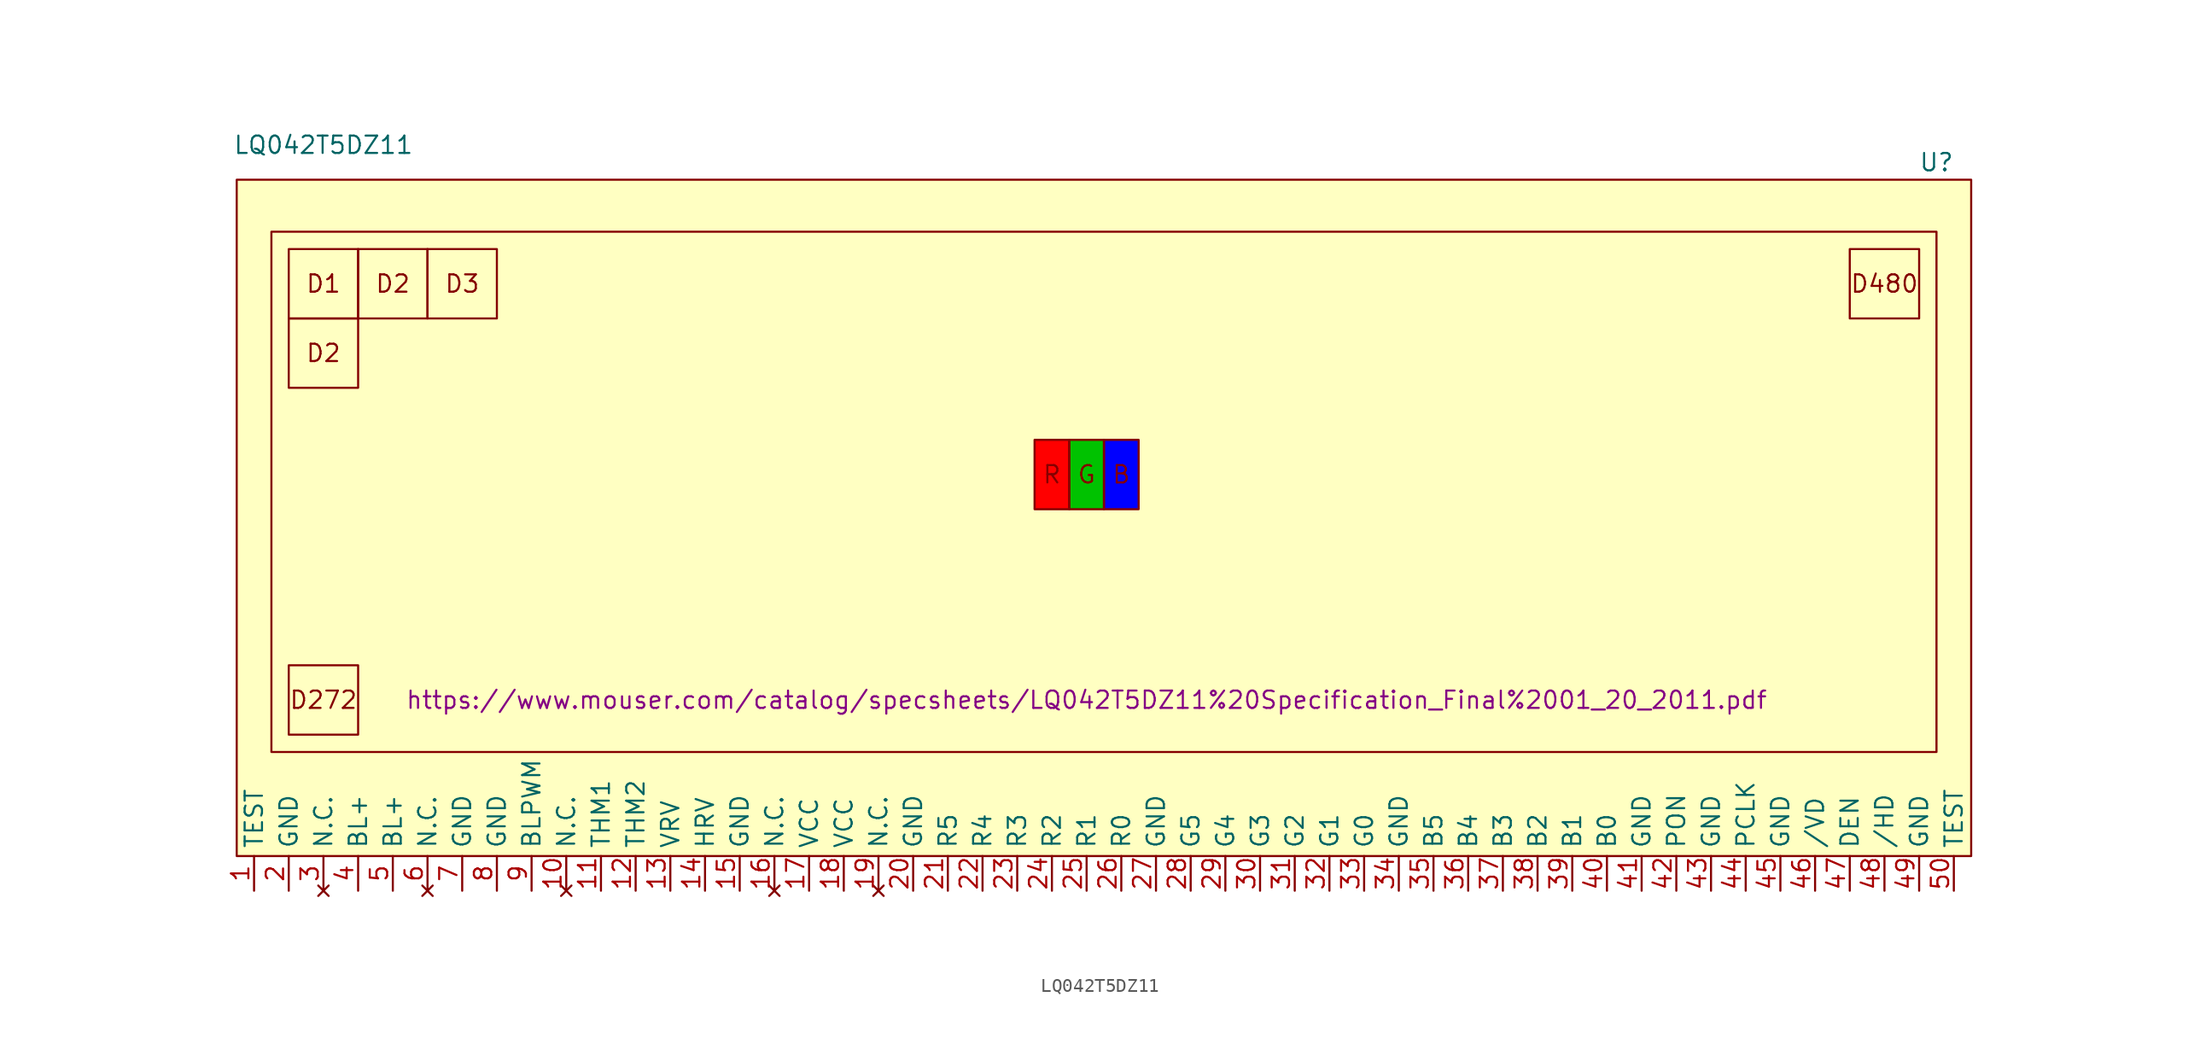
<source format=kicad_sym>
(kicad_symbol_lib
  (version 20220914)
  (generator kicad_symbol_editor)
  (symbol "LQ042T5DZ11"
    (property "Reference" "U"
      (at 62.23 24.13 0)
      (effects (font (size 1.27 1.27))))
    (property "Value" "LQ042T5DZ11"
      (at -55.88 25.4 0)
      (effects (font (size 1.27 1.27))))
    (property "Datasheet" "https://www.mouser.com/catalog/specsheets/LQ042T5DZ11%20Specification_Final%2001_20_2011.pdf"
      (at 0 -15.24 0)
      (effects (font (size 1.27 1.27))))
    (symbol "LQ042T5DZ11_0_0"
      (text_box "D2" (at -58.42 12.7 0) (size 5.08 -5.08) (stroke (width 0) (type default)) (fill (type none)) (effects (font (size 1.27 1.27))))
      (text_box "D2" (at -53.34 17.78 0) (size 5.08 -5.08) (stroke (width 0) (type default)) (fill (type none)) (effects (font (size 1.27 1.27))))
      (text_box "D272" (at -58.42 -12.7 0) (size 5.08 -5.08) (stroke (width 0) (type default)) (fill (type none)) (effects (font (size 1.27 1.27))))
      (text_box "D3" (at -48.26 17.78 0) (size 5.08 -5.08) (stroke (width 0) (type default)) (fill (type none)) (effects (font (size 1.27 1.27))))
      (text_box "D480" (at 55.88 17.78 0) (size 5.08 -5.08) (stroke (width 0) (type default)) (fill (type none)) (effects (font (size 1.27 1.27)))))
    (symbol "LQ042T5DZ11_1_0"
      (rectangle (start -62.23 22.86) (end 64.77 -26.67) (stroke (width 0) (type default)) (fill (type background)))
      (text_box "B" (at 1.27 3.81 0) (size 2.54 -5.08) (stroke (width 0) (type default)) (fill (type color) (color 0 0 255 1)) (effects (font (size 1.27 1.27))))
      (text_box "D1" (at -58.42 17.78 0) (size 5.08 -5.08) (stroke (width 0) (type default)) (fill (type none)) (effects (font (size 1.27 1.27))))
      (text_box "G" (at -1.27 3.81 0) (size 2.54 -5.08) (stroke (width 0) (type default)) (fill (type color) (color 0 194 0 1)) (effects (font (size 1.27 1.27))))
      (text_box "R" (at -3.81 3.81 0) (size 2.54 -5.08) (stroke (width 0) (type default)) (fill (type color) (color 255 0 0 1)) (effects (font (size 1.27 1.27)))))
    (symbol "LQ042T5DZ11_1_1"
      (rectangle (start -59.69 19.05) (end 62.23 -19.05) (stroke (width 0) (type default)) (fill (type none)))
      (pin input line (at -60.96 -29.21 90) (length 2.54) (name "TEST" (effects (font (size 1.27 1.27)))) (number "1" (effects (font (size 1.27 1.27)))))
      (pin no_connect line (at -38.1 -29.21 90) (length 2.54) (name "N.C." (effects (font (size 1.27 1.27)))) (number "10" (effects (font (size 1.27 1.27)))))
      (pin passive line (at -35.56 -29.21 90) (length 2.54) (name "THM1" (effects (font (size 1.27 1.27)))) (number "11" (effects (font (size 1.27 1.27)))))
      (pin passive line (at -33.02 -29.21 90) (length 2.54) (name "THM2" (effects (font (size 1.27 1.27)))) (number "12" (effects (font (size 1.27 1.27)))))
      (pin input line (at -30.48 -29.21 90) (length 2.54) (name "VRV" (effects (font (size 1.27 1.27)))) (number "13" (effects (font (size 1.27 1.27)))))
      (pin input line (at -27.94 -29.21 90) (length 2.54) (name "HRV" (effects (font (size 1.27 1.27)))) (number "14" (effects (font (size 1.27 1.27)))))
      (pin power_in line (at -25.4 -29.21 90) (length 2.54) (name "GND" (effects (font (size 1.27 1.27)))) (number "15" (effects (font (size 1.27 1.27)))))
      (pin no_connect line (at -22.86 -29.21 90) (length 2.54) (name "N.C." (effects (font (size 1.27 1.27)))) (number "16" (effects (font (size 1.27 1.27)))))
      (pin power_in line (at -20.32 -29.21 90) (length 2.54) (name "VCC" (effects (font (size 1.27 1.27)))) (number "17" (effects (font (size 1.27 1.27)))))
      (pin power_in line (at -17.78 -29.21 90) (length 2.54) (name "VCC" (effects (font (size 1.27 1.27)))) (number "18" (effects (font (size 1.27 1.27)))))
      (pin no_connect line (at -15.24 -29.21 90) (length 2.54) (name "N.C." (effects (font (size 1.27 1.27)))) (number "19" (effects (font (size 1.27 1.27)))))
      (pin power_in line (at -58.42 -29.21 90) (length 2.54) (name "GND" (effects (font (size 1.27 1.27)))) (number "2" (effects (font (size 1.27 1.27)))))
      (pin power_in line (at -12.7 -29.21 90) (length 2.54) (name "GND" (effects (font (size 1.27 1.27)))) (number "20" (effects (font (size 1.27 1.27)))))
      (pin input line (at -10.16 -29.21 90) (length 2.54) (name "R5" (effects (font (size 1.27 1.27)))) (number "21" (effects (font (size 1.27 1.27)))))
      (pin input line (at -7.62 -29.21 90) (length 2.54) (name "R4" (effects (font (size 1.27 1.27)))) (number "22" (effects (font (size 1.27 1.27)))))
      (pin input line (at -5.08 -29.21 90) (length 2.54) (name "R3" (effects (font (size 1.27 1.27)))) (number "23" (effects (font (size 1.27 1.27)))))
      (pin input line (at -2.54 -29.21 90) (length 2.54) (name "R2" (effects (font (size 1.27 1.27)))) (number "24" (effects (font (size 1.27 1.27)))))
      (pin input line (at 0 -29.21 90) (length 2.54) (name "R1" (effects (font (size 1.27 1.27)))) (number "25" (effects (font (size 1.27 1.27)))))
      (pin input line (at 2.54 -29.21 90) (length 2.54) (name "R0" (effects (font (size 1.27 1.27)))) (number "26" (effects (font (size 1.27 1.27)))))
      (pin power_in line (at 5.08 -29.21 90) (length 2.54) (name "GND" (effects (font (size 1.27 1.27)))) (number "27" (effects (font (size 1.27 1.27)))))
      (pin input line (at 7.62 -29.21 90) (length 2.54) (name "G5" (effects (font (size 1.27 1.27)))) (number "28" (effects (font (size 1.27 1.27)))))
      (pin input line (at 10.16 -29.21 90) (length 2.54) (name "G4" (effects (font (size 1.27 1.27)))) (number "29" (effects (font (size 1.27 1.27)))))
      (pin no_connect line (at -55.88 -29.21 90) (length 2.54) (name "N.C." (effects (font (size 1.27 1.27)))) (number "3" (effects (font (size 1.27 1.27)))))
      (pin input line (at 12.7 -29.21 90) (length 2.54) (name "G3" (effects (font (size 1.27 1.27)))) (number "30" (effects (font (size 1.27 1.27)))))
      (pin input line (at 15.24 -29.21 90) (length 2.54) (name "G2" (effects (font (size 1.27 1.27)))) (number "31" (effects (font (size 1.27 1.27)))))
      (pin input line (at 17.78 -29.21 90) (length 2.54) (name "G1" (effects (font (size 1.27 1.27)))) (number "32" (effects (font (size 1.27 1.27)))))
      (pin input line (at 20.32 -29.21 90) (length 2.54) (name "G0" (effects (font (size 1.27 1.27)))) (number "33" (effects (font (size 1.27 1.27)))))
      (pin power_in line (at 22.86 -29.21 90) (length 2.54) (name "GND" (effects (font (size 1.27 1.27)))) (number "34" (effects (font (size 1.27 1.27)))))
      (pin input line (at 25.4 -29.21 90) (length 2.54) (name "B5" (effects (font (size 1.27 1.27)))) (number "35" (effects (font (size 1.27 1.27)))))
      (pin input line (at 27.94 -29.21 90) (length 2.54) (name "B4" (effects (font (size 1.27 1.27)))) (number "36" (effects (font (size 1.27 1.27)))))
      (pin input line (at 30.48 -29.21 90) (length 2.54) (name "B3" (effects (font (size 1.27 1.27)))) (number "37" (effects (font (size 1.27 1.27)))))
      (pin input line (at 33.02 -29.21 90) (length 2.54) (name "B2" (effects (font (size 1.27 1.27)))) (number "38" (effects (font (size 1.27 1.27)))))
      (pin input line (at 35.56 -29.21 90) (length 2.54) (name "B1" (effects (font (size 1.27 1.27)))) (number "39" (effects (font (size 1.27 1.27)))))
      (pin power_in line (at -53.34 -29.21 90) (length 2.54) (name "BL+" (effects (font (size 1.27 1.27)))) (number "4" (effects (font (size 1.27 1.27)))))
      (pin input line (at 38.1 -29.21 90) (length 2.54) (name "B0" (effects (font (size 1.27 1.27)))) (number "40" (effects (font (size 1.27 1.27)))))
      (pin power_in line (at 40.64 -29.21 90) (length 2.54) (name "GND" (effects (font (size 1.27 1.27)))) (number "41" (effects (font (size 1.27 1.27)))))
      (pin input line (at 43.18 -29.21 90) (length 2.54) (name "PON" (effects (font (size 1.27 1.27)))) (number "42" (effects (font (size 1.27 1.27)))))
      (pin power_in line (at 45.72 -29.21 90) (length 2.54) (name "GND" (effects (font (size 1.27 1.27)))) (number "43" (effects (font (size 1.27 1.27)))))
      (pin input line (at 48.26 -29.21 90) (length 2.54) (name "PCLK" (effects (font (size 1.27 1.27)))) (number "44" (effects (font (size 1.27 1.27)))))
      (pin power_in line (at 50.8 -29.21 90) (length 2.54) (name "GND" (effects (font (size 1.27 1.27)))) (number "45" (effects (font (size 1.27 1.27)))))
      (pin input line (at 53.34 -29.21 90) (length 2.54) (name "/VD" (effects (font (size 1.27 1.27)))) (number "46" (effects (font (size 1.27 1.27)))))
      (pin input line (at 55.88 -29.21 90) (length 2.54) (name "DEN" (effects (font (size 1.27 1.27)))) (number "47" (effects (font (size 1.27 1.27)))))
      (pin input line (at 58.42 -29.21 90) (length 2.54) (name "/HD" (effects (font (size 1.27 1.27)))) (number "48" (effects (font (size 1.27 1.27)))))
      (pin power_in line (at 60.96 -29.21 90) (length 2.54) (name "GND" (effects (font (size 1.27 1.27)))) (number "49" (effects (font (size 1.27 1.27)))))
      (pin power_in line (at -50.8 -29.21 90) (length 2.54) (name "BL+" (effects (font (size 1.27 1.27)))) (number "5" (effects (font (size 1.27 1.27)))))
      (pin input line (at 63.5 -29.21 90) (length 2.54) (name "TEST" (effects (font (size 1.27 1.27)))) (number "50" (effects (font (size 1.27 1.27)))))
      (pin no_connect line (at -48.26 -29.21 90) (length 2.54) (name "N.C." (effects (font (size 1.27 1.27)))) (number "6" (effects (font (size 1.27 1.27)))))
      (pin power_in line (at -45.72 -29.21 90) (length 2.54) (name "GND" (effects (font (size 1.27 1.27)))) (number "7" (effects (font (size 1.27 1.27)))))
      (pin power_in line (at -43.18 -29.21 90) (length 2.54) (name "GND" (effects (font (size 1.27 1.27)))) (number "8" (effects (font (size 1.27 1.27)))))
      (pin input line (at -40.64 -29.21 90) (length 2.54) (name "BLPWM" (effects (font (size 1.27 1.27)))) (number "9" (effects (font (size 1.27 1.27))))))))
</source>
